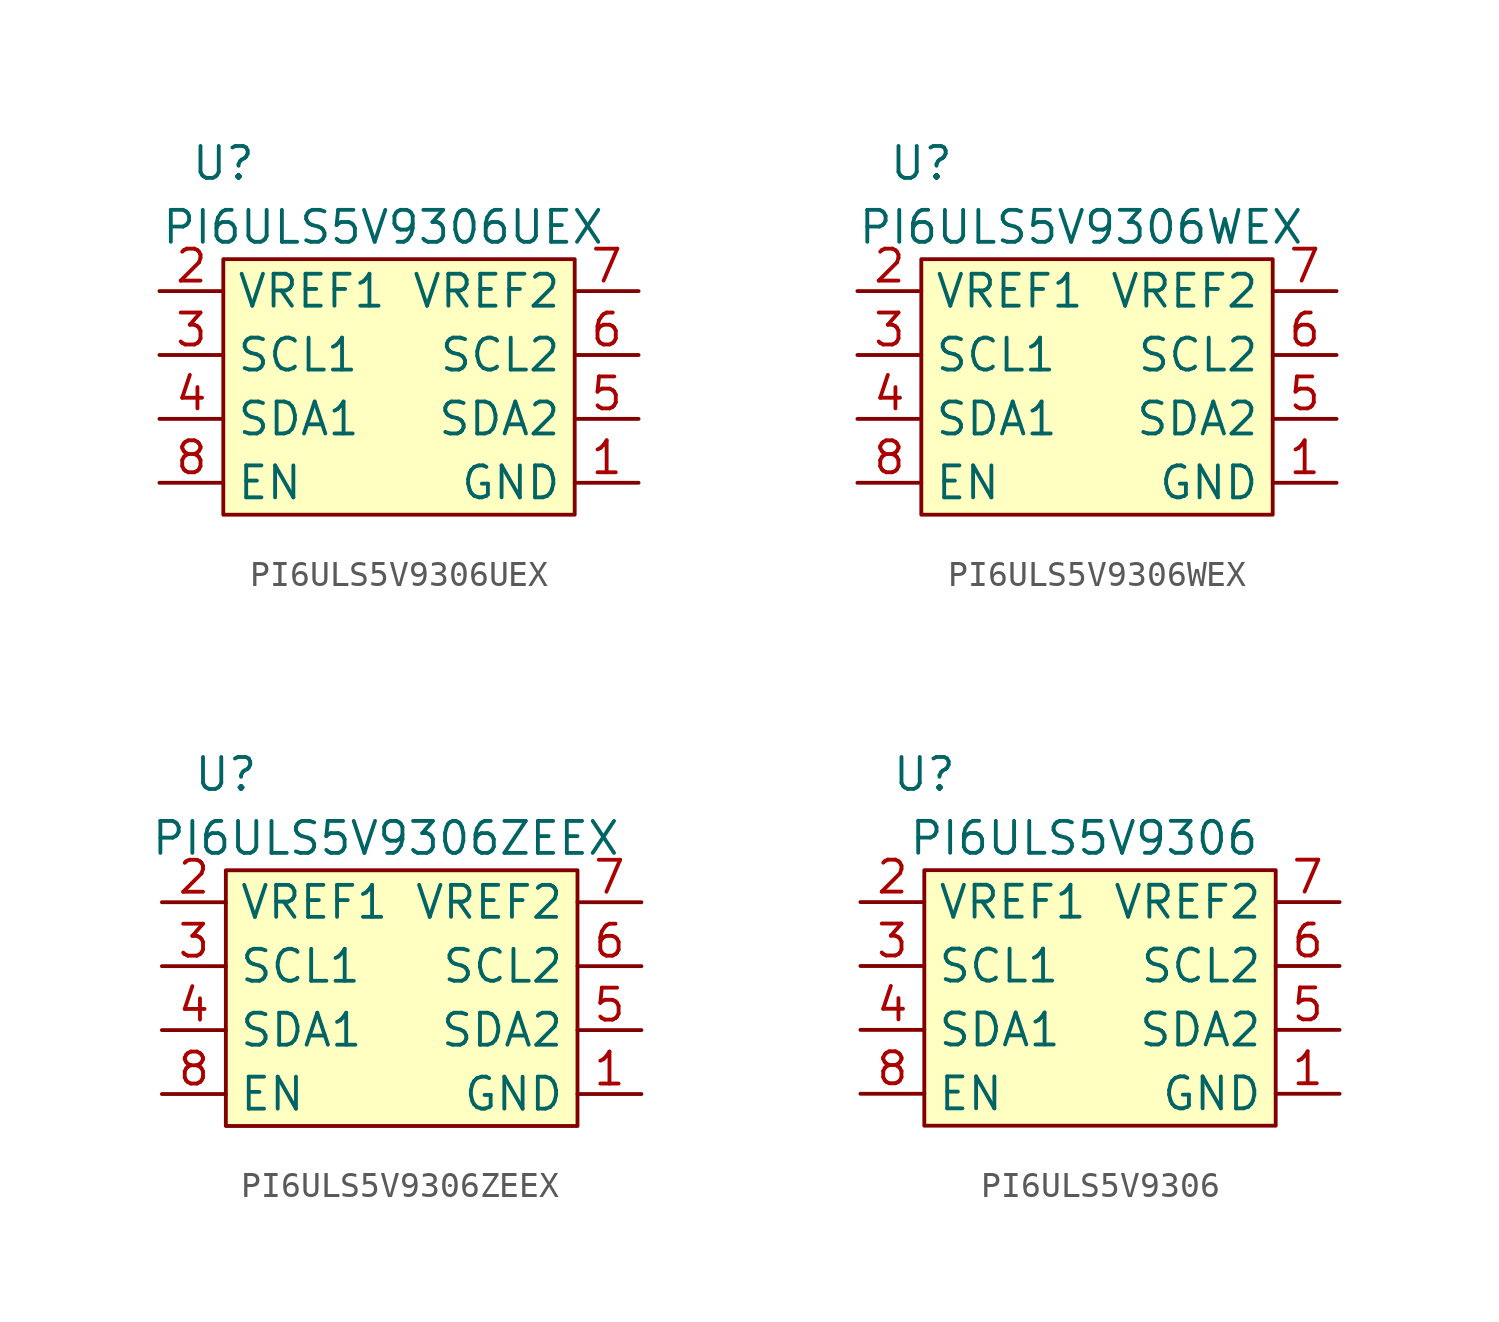
<source format=kicad_sym>
(kicad_symbol_lib
  (version 20211014)
  (generator kicad_symbol_editor)
  (symbol "PI6ULS5V9306UEX"
    (property "Reference" "U"
      (at 2.54 5.08 0)
      (effects (font (size 1.27 1.27))))
    (property "Value" "PI6ULS5V9306UEX"
      (at 8.89 2.54 0)
      (effects (font (size 1.27 1.27))))
    (symbol "PI6ULS5V9306UEX_0_1"
      (rectangle (start 2.54 1.27) (end 16.51 -8.89) (stroke (width 0) (type default) (color 0 0 0 0)) (fill (type background))))
    (symbol "PI6ULS5V9306UEX_1_1"
      (pin power_in line (at 19.05 -7.62 180) (length 2.54) (name "GND" (effects (font (size 1.27 1.27)))) (number "1" (effects (font (size 1.27 1.27)))))
      (pin power_in line (at 0 0 0) (length 2.54) (name "VREF1" (effects (font (size 1.27 1.27)))) (number "2" (effects (font (size 1.27 1.27)))))
      (pin bidirectional line (at 0 -2.54 0) (length 2.54) (name "SCL1" (effects (font (size 1.27 1.27)))) (number "3" (effects (font (size 1.27 1.27)))))
      (pin bidirectional line (at 0 -5.08 0) (length 2.54) (name "SDA1" (effects (font (size 1.27 1.27)))) (number "4" (effects (font (size 1.27 1.27)))))
      (pin bidirectional line (at 19.05 -5.08 180) (length 2.54) (name "SDA2" (effects (font (size 1.27 1.27)))) (number "5" (effects (font (size 1.27 1.27)))))
      (pin bidirectional line (at 19.05 -2.54 180) (length 2.54) (name "SCL2" (effects (font (size 1.27 1.27)))) (number "6" (effects (font (size 1.27 1.27)))))
      (pin power_in line (at 19.05 0 180) (length 2.54) (name "VREF2" (effects (font (size 1.27 1.27)))) (number "7" (effects (font (size 1.27 1.27)))))
      (pin input line (at 0 -7.62 0) (length 2.54) (name "EN" (effects (font (size 1.27 1.27)))) (number "8" (effects (font (size 1.27 1.27)))))))
  (symbol "PI6ULS5V9306WEX"
    (property "Reference" "U"
      (at 2.54 5.08 0)
      (effects (font (size 1.27 1.27))))
    (property "Value" "PI6ULS5V9306WEX"
      (at 8.89 2.54 0)
      (effects (font (size 1.27 1.27))))
    (symbol "PI6ULS5V9306WEX_0_1"
      (rectangle (start 2.54 1.27) (end 16.51 -8.89) (stroke (width 0) (type default) (color 0 0 0 0)) (fill (type background))))
    (symbol "PI6ULS5V9306WEX_1_1"
      (pin power_in line (at 19.05 -7.62 180) (length 2.54) (name "GND" (effects (font (size 1.27 1.27)))) (number "1" (effects (font (size 1.27 1.27)))))
      (pin power_in line (at 0 0 0) (length 2.54) (name "VREF1" (effects (font (size 1.27 1.27)))) (number "2" (effects (font (size 1.27 1.27)))))
      (pin bidirectional line (at 0 -2.54 0) (length 2.54) (name "SCL1" (effects (font (size 1.27 1.27)))) (number "3" (effects (font (size 1.27 1.27)))))
      (pin bidirectional line (at 0 -5.08 0) (length 2.54) (name "SDA1" (effects (font (size 1.27 1.27)))) (number "4" (effects (font (size 1.27 1.27)))))
      (pin bidirectional line (at 19.05 -5.08 180) (length 2.54) (name "SDA2" (effects (font (size 1.27 1.27)))) (number "5" (effects (font (size 1.27 1.27)))))
      (pin bidirectional line (at 19.05 -2.54 180) (length 2.54) (name "SCL2" (effects (font (size 1.27 1.27)))) (number "6" (effects (font (size 1.27 1.27)))))
      (pin power_in line (at 19.05 0 180) (length 2.54) (name "VREF2" (effects (font (size 1.27 1.27)))) (number "7" (effects (font (size 1.27 1.27)))))
      (pin input line (at 0 -7.62 0) (length 2.54) (name "EN" (effects (font (size 1.27 1.27)))) (number "8" (effects (font (size 1.27 1.27)))))))
  (symbol "PI6ULS5V9306ZEEX"
    (property "Reference" "U"
      (at 2.54 5.08 0)
      (effects (font (size 1.27 1.27))))
    (property "Value" "PI6ULS5V9306ZEEX"
      (at 8.89 2.54 0)
      (effects (font (size 1.27 1.27))))
    (symbol "PI6ULS5V9306ZEEX_0_1"
      (rectangle (start 2.54 1.27) (end 16.51 -8.89) (stroke (width 0) (type default) (color 0 0 0 0)) (fill (type background))))
    (symbol "PI6ULS5V9306ZEEX_1_1"
      (pin power_in line (at 19.05 -7.62 180) (length 2.54) (name "GND" (effects (font (size 1.27 1.27)))) (number "1" (effects (font (size 1.27 1.27)))))
      (pin power_in line (at 0 0 0) (length 2.54) (name "VREF1" (effects (font (size 1.27 1.27)))) (number "2" (effects (font (size 1.27 1.27)))))
      (pin bidirectional line (at 0 -2.54 0) (length 2.54) (name "SCL1" (effects (font (size 1.27 1.27)))) (number "3" (effects (font (size 1.27 1.27)))))
      (pin bidirectional line (at 0 -5.08 0) (length 2.54) (name "SDA1" (effects (font (size 1.27 1.27)))) (number "4" (effects (font (size 1.27 1.27)))))
      (pin bidirectional line (at 19.05 -5.08 180) (length 2.54) (name "SDA2" (effects (font (size 1.27 1.27)))) (number "5" (effects (font (size 1.27 1.27)))))
      (pin bidirectional line (at 19.05 -2.54 180) (length 2.54) (name "SCL2" (effects (font (size 1.27 1.27)))) (number "6" (effects (font (size 1.27 1.27)))))
      (pin power_in line (at 19.05 0 180) (length 2.54) (name "VREF2" (effects (font (size 1.27 1.27)))) (number "7" (effects (font (size 1.27 1.27)))))
      (pin input line (at 0 -7.62 0) (length 2.54) (name "EN" (effects (font (size 1.27 1.27)))) (number "8" (effects (font (size 1.27 1.27)))))))
  (symbol "PI6ULS5V9306"
    (property "Reference" "U"
      (at 2.54 5.08 0)
      (effects (font (size 1.27 1.27))))
    (property "Value" "PI6ULS5V9306"
      (at 8.89 2.54 0)
      (effects (font (size 1.27 1.27))))
    (symbol "PI6ULS5V9306_0_1"
      (rectangle (start 2.54 1.27) (end 16.51 -8.89) (stroke (width 0) (type default) (color 0 0 0 0)) (fill (type background))))
    (symbol "PI6ULS5V9306_1_1"
      (pin power_in line (at 19.05 -7.62 180) (length 2.54) (name "GND" (effects (font (size 1.27 1.27)))) (number "1" (effects (font (size 1.27 1.27)))))
      (pin power_in line (at 0 0 0) (length 2.54) (name "VREF1" (effects (font (size 1.27 1.27)))) (number "2" (effects (font (size 1.27 1.27)))))
      (pin bidirectional line (at 0 -2.54 0) (length 2.54) (name "SCL1" (effects (font (size 1.27 1.27)))) (number "3" (effects (font (size 1.27 1.27)))))
      (pin bidirectional line (at 0 -5.08 0) (length 2.54) (name "SDA1" (effects (font (size 1.27 1.27)))) (number "4" (effects (font (size 1.27 1.27)))))
      (pin bidirectional line (at 19.05 -5.08 180) (length 2.54) (name "SDA2" (effects (font (size 1.27 1.27)))) (number "5" (effects (font (size 1.27 1.27)))))
      (pin bidirectional line (at 19.05 -2.54 180) (length 2.54) (name "SCL2" (effects (font (size 1.27 1.27)))) (number "6" (effects (font (size 1.27 1.27)))))
      (pin power_in line (at 19.05 0 180) (length 2.54) (name "VREF2" (effects (font (size 1.27 1.27)))) (number "7" (effects (font (size 1.27 1.27)))))
      (pin input line (at 0 -7.62 0) (length 2.54) (name "EN" (effects (font (size 1.27 1.27)))) (number "8" (effects (font (size 1.27 1.27))))))))
</source>
